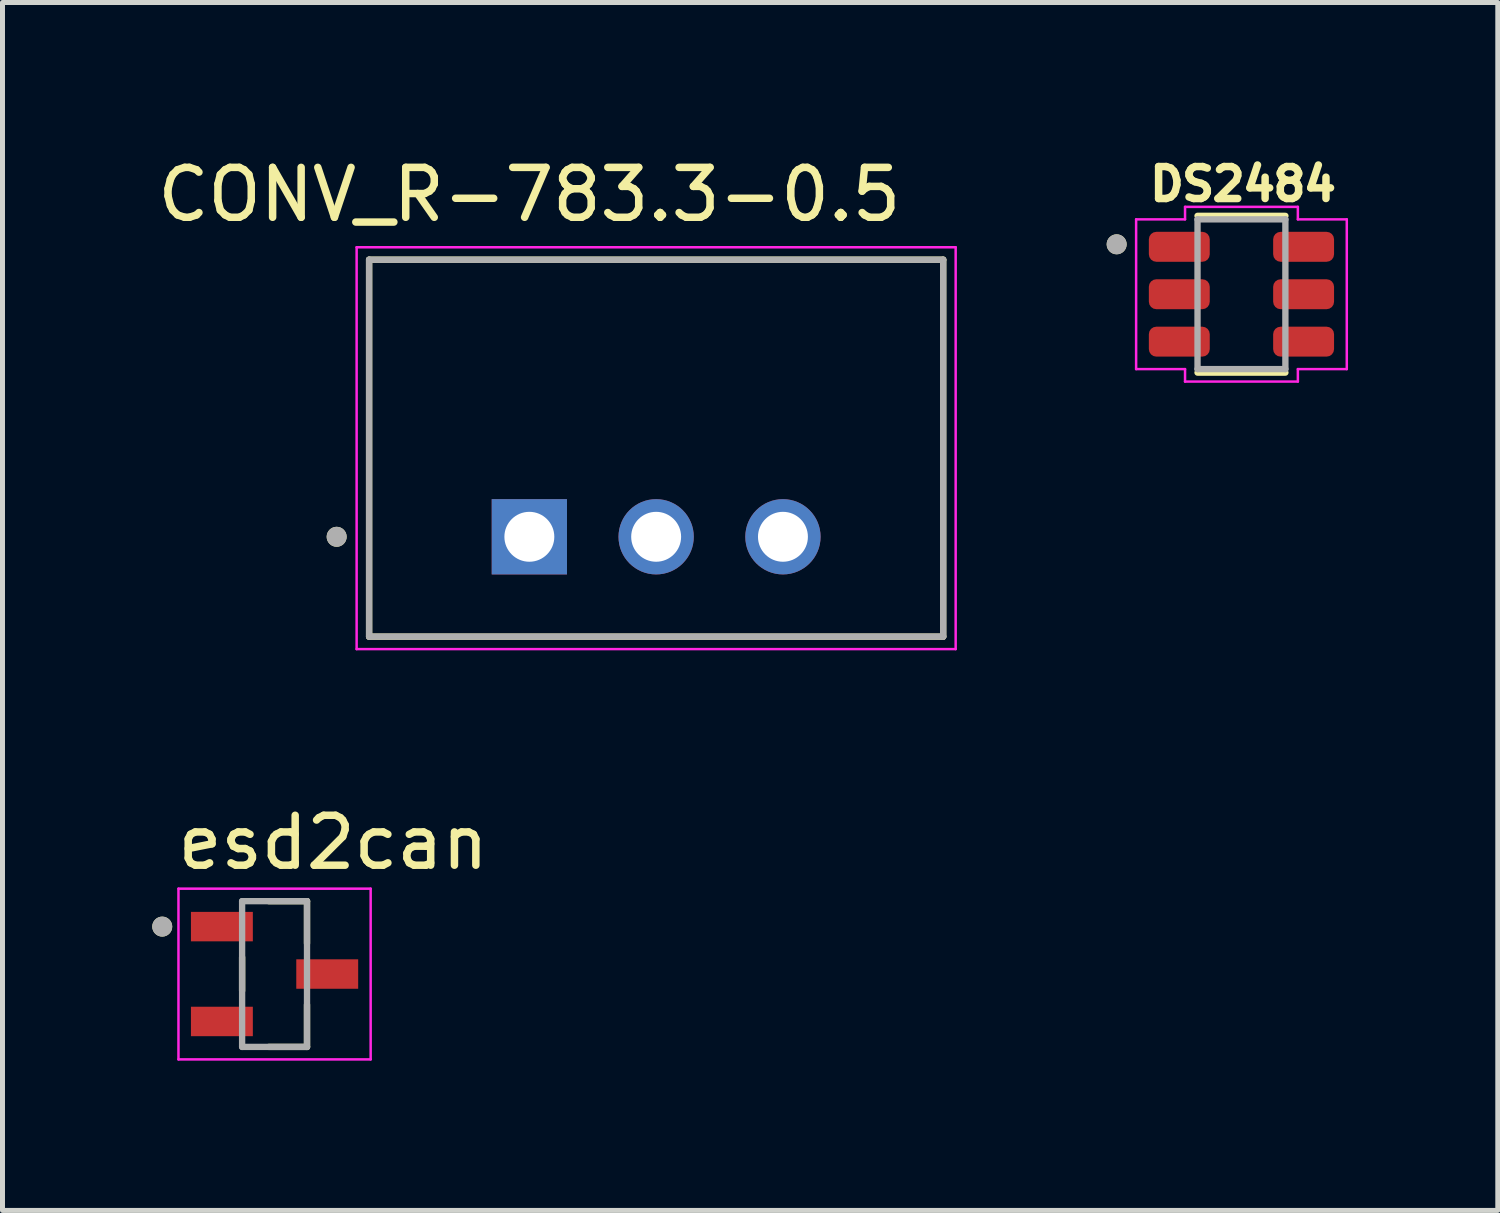
<source format=kicad_pcb>
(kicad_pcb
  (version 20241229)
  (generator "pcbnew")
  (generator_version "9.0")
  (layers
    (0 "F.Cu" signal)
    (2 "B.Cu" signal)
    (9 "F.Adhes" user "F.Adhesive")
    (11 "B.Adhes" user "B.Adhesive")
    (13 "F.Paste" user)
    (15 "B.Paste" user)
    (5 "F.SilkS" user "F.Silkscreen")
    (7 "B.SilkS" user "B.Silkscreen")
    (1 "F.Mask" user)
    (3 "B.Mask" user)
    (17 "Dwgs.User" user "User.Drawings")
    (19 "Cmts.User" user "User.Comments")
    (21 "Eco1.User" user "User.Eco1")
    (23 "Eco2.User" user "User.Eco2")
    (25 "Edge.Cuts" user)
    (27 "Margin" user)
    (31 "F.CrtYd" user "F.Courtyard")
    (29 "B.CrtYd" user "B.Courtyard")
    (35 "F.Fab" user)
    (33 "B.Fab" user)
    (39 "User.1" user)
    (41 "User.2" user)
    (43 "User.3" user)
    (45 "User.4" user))
  (footprint "esd2can"
    (layer "F.Cu")
    (at 2.45 16.462)
    (property "Reference" "esd2can" (at 1.175 -2.635 0) (layer "F.SilkS") (effects (font (size 1 1) (thickness 0.15))))
    (attr smd)
    (fp_line (start -0.65 0.335) (end -0.65 -0.335) (stroke (width 0.127) (type solid)) (layer "F.SilkS"))
    (fp_line (start -0.115 1.46) (end 0.65 1.46) (stroke (width 0.127) (type solid)) (layer "F.SilkS"))
    (fp_line (start 0.65 -1.46) (end -0.115 -1.46) (stroke (width 0.127) (type solid)) (layer "F.SilkS"))
    (fp_line (start 0.65 -0.615) (end 0.65 -1.46) (stroke (width 0.127) (type solid)) (layer "F.SilkS"))
    (fp_line (start 0.65 1.46) (end 0.65 0.615) (stroke (width 0.127) (type solid)) (layer "F.SilkS"))
    (fp_circle (center -2.25 -0.95) (end -2.15 -0.95) (stroke (width 0.2) (type solid)) (fill no) (layer "F.SilkS"))
    (fp_line (start -1.925 -1.71) (end -1.925 1.71) (stroke (width 0.05) (type solid)) (layer "F.CrtYd"))
    (fp_line (start -1.925 1.71) (end 1.925 1.71) (stroke (width 0.05) (type solid)) (layer "F.CrtYd"))
    (fp_line (start 1.925 -1.71) (end -1.925 -1.71) (stroke (width 0.05) (type solid)) (layer "F.CrtYd"))
    (fp_line (start 1.925 1.71) (end 1.925 -1.71) (stroke (width 0.05) (type solid)) (layer "F.CrtYd"))
    (fp_line (start -0.65 -1.46) (end -0.65 1.46) (stroke (width 0.127) (type solid)) (layer "F.Fab"))
    (fp_line (start -0.65 1.46) (end 0.65 1.46) (stroke (width 0.127) (type solid)) (layer "F.Fab"))
    (fp_line (start 0.65 -1.46) (end -0.65 -1.46) (stroke (width 0.127) (type solid)) (layer "F.Fab"))
    (fp_line (start 0.65 1.46) (end 0.65 -1.46) (stroke (width 0.127) (type solid)) (layer "F.Fab"))
    (fp_circle (center -2.25 -0.95) (end -2.15 -0.95) (stroke (width 0.2) (type solid)) (fill no) (layer "F.Fab"))
    (pad "1" smd rect (at -1.055 -0.95) (size 1.24 0.59) (layers "F.Cu" "F.Mask" "F.Paste"))
    (pad "2" smd rect (at -1.055 0.95) (size 1.24 0.59) (layers "F.Cu" "F.Mask" "F.Paste"))
    (pad "3" smd rect (at 1.055 0) (size 1.24 0.59) (layers "F.Cu" "F.Mask" "F.Paste")))
  (footprint "CONV_R-783.3-0.5"
    (layer "F.Cu")
    (at 10.094 5.928)
    (property "Reference" "CONV_R-783.3-0.5" (at -2.54 -5.08 0) (layer "F.SilkS") (effects (font (size 1 1) (thickness 0.15))))
    (attr through_hole)
    (fp_line (start -5.75 -3.775) (end -5.75 3.775) (stroke (width 0.127) (type solid)) (layer "F.SilkS"))
    (fp_line (start -5.75 3.775) (end 5.75 3.775) (stroke (width 0.127) (type solid)) (layer "F.SilkS"))
    (fp_line (start 5.75 -3.775) (end -5.75 -3.775) (stroke (width 0.127) (type solid)) (layer "F.SilkS"))
    (fp_line (start 5.75 3.775) (end 5.75 -3.775) (stroke (width 0.127) (type solid)) (layer "F.SilkS"))
    (fp_circle (center -6.4 1.775) (end -6.3 1.775) (stroke (width 0.2) (type solid)) (fill no) (layer "F.SilkS"))
    (fp_line (start -6 -4.025) (end -6 4.025) (stroke (width 0.05) (type solid)) (layer "F.CrtYd"))
    (fp_line (start -6 4.025) (end 6 4.025) (stroke (width 0.05) (type solid)) (layer "F.CrtYd"))
    (fp_line (start 6 -4.025) (end -6 -4.025) (stroke (width 0.05) (type solid)) (layer "F.CrtYd"))
    (fp_line (start 6 4.025) (end 6 -4.025) (stroke (width 0.05) (type solid)) (layer "F.CrtYd"))
    (fp_line (start -5.75 -3.775) (end -5.75 3.775) (stroke (width 0.127) (type solid)) (layer "F.Fab"))
    (fp_line (start -5.75 3.775) (end 5.75 3.775) (stroke (width 0.127) (type solid)) (layer "F.Fab"))
    (fp_line (start 5.75 -3.775) (end -5.75 -3.775) (stroke (width 0.127) (type solid)) (layer "F.Fab"))
    (fp_line (start 5.75 3.775) (end 5.75 -3.775) (stroke (width 0.127) (type solid)) (layer "F.Fab"))
    (fp_circle (center -6.4 1.775) (end -6.3 1.775) (stroke (width 0.2) (type solid)) (fill no) (layer "F.Fab"))
    (pad "1" thru_hole rect (at -2.54 1.775) (size 1.508 1.508) (drill 1) (layers "*.Cu" "*.Mask"))
    (pad "2" thru_hole circle (at 0 1.775) (size 1.508 1.508) (drill 1) (layers "*.Cu" "*.Mask"))
    (pad "3" thru_hole circle (at 2.54 1.775) (size 1.508 1.508) (drill 1) (layers "*.Cu" "*.Mask")))
  (footprint "DS2484"
    (layer "F.Cu")
    (at 21.819 2.844)
    (property "Reference" "DS2484" (at 0.032 -2.206 0) (layer "F.SilkS") (effects (font (size 0.64 0.64) (thickness 0.15))))
    (attr smd)
    (fp_line (start -0.88 -1.57) (end 0.88 -1.57) (stroke (width 0.127) (type solid)) (layer "F.SilkS"))
    (fp_line (start -0.88 1.57) (end 0.88 1.57) (stroke (width 0.127) (type solid)) (layer "F.SilkS"))
    (fp_circle (center -2.5 -1) (end -2.4 -1) (stroke (width 0.2) (type solid)) (fill no) (layer "F.SilkS"))
    (fp_line (start -2.11 -1.5) (end -2.11 1.5) (stroke (width 0.05) (type solid)) (layer "F.CrtYd"))
    (fp_line (start -2.11 -1.5) (end -1.13 -1.5) (stroke (width 0.05) (type solid)) (layer "F.CrtYd"))
    (fp_line (start -1.13 -1.75) (end 1.13 -1.75) (stroke (width 0.05) (type solid)) (layer "F.CrtYd"))
    (fp_line (start -1.13 -1.5) (end -1.13 -1.75) (stroke (width 0.05) (type solid)) (layer "F.CrtYd"))
    (fp_line (start -1.13 1.5) (end -2.11 1.5) (stroke (width 0.05) (type solid)) (layer "F.CrtYd"))
    (fp_line (start -1.13 1.75) (end -1.13 1.5) (stroke (width 0.05) (type solid)) (layer "F.CrtYd"))
    (fp_line (start 1.13 -1.75) (end 1.13 -1.5) (stroke (width 0.05) (type solid)) (layer "F.CrtYd"))
    (fp_line (start 1.13 -1.5) (end 2.11 -1.5) (stroke (width 0.05) (type solid)) (layer "F.CrtYd"))
    (fp_line (start 1.13 1.5) (end 1.13 1.75) (stroke (width 0.05) (type solid)) (layer "F.CrtYd"))
    (fp_line (start 1.13 1.75) (end -1.13 1.75) (stroke (width 0.05) (type solid)) (layer "F.CrtYd"))
    (fp_line (start 2.11 1.5) (end 1.13 1.5) (stroke (width 0.05) (type solid)) (layer "F.CrtYd"))
    (fp_line (start 2.11 1.5) (end 2.11 -1.5) (stroke (width 0.05) (type solid)) (layer "F.CrtYd"))
    (fp_line (start -0.88 -1.5) (end 0.88 -1.5) (stroke (width 0.127) (type solid)) (layer "F.Fab"))
    (fp_line (start -0.88 1.5) (end -0.88 -1.5) (stroke (width 0.127) (type solid)) (layer "F.Fab"))
    (fp_line (start 0.88 -1.5) (end 0.88 1.5) (stroke (width 0.127) (type solid)) (layer "F.Fab"))
    (fp_line (start 0.88 1.5) (end -0.88 1.5) (stroke (width 0.127) (type solid)) (layer "F.Fab"))
    (fp_circle (center -2.5 -1) (end -2.4 -1) (stroke (width 0.2) (type solid)) (fill no) (layer "F.Fab"))
    (pad "1" smd roundrect (at -1.245 -0.95) (size 1.22 0.6) (layers "F.Cu" "F.Mask" "F.Paste") (roundrect_rratio 0.25))
    (pad "2" smd roundrect (at -1.245 0) (size 1.22 0.6) (layers "F.Cu" "F.Mask" "F.Paste") (roundrect_rratio 0.25))
    (pad "3" smd roundrect (at -1.245 0.95) (size 1.22 0.6) (layers "F.Cu" "F.Mask" "F.Paste") (roundrect_rratio 0.25))
    (pad "4" smd roundrect (at 1.245 0.95) (size 1.22 0.6) (layers "F.Cu" "F.Mask" "F.Paste") (roundrect_rratio 0.25))
    (pad "5" smd roundrect (at 1.245 0) (size 1.22 0.6) (layers "F.Cu" "F.Mask" "F.Paste") (roundrect_rratio 0.25))
    (pad "6" smd roundrect (at 1.245 -0.95) (size 1.22 0.6) (layers "F.Cu" "F.Mask" "F.Paste") (roundrect_rratio 0.25)))
  (gr_rect
    (start -3 -3)
    (end 26.954 21.197)
    (stroke (width 0.1) (type default))
    (fill no)
    (layer "Edge.Cuts")))
</source>
